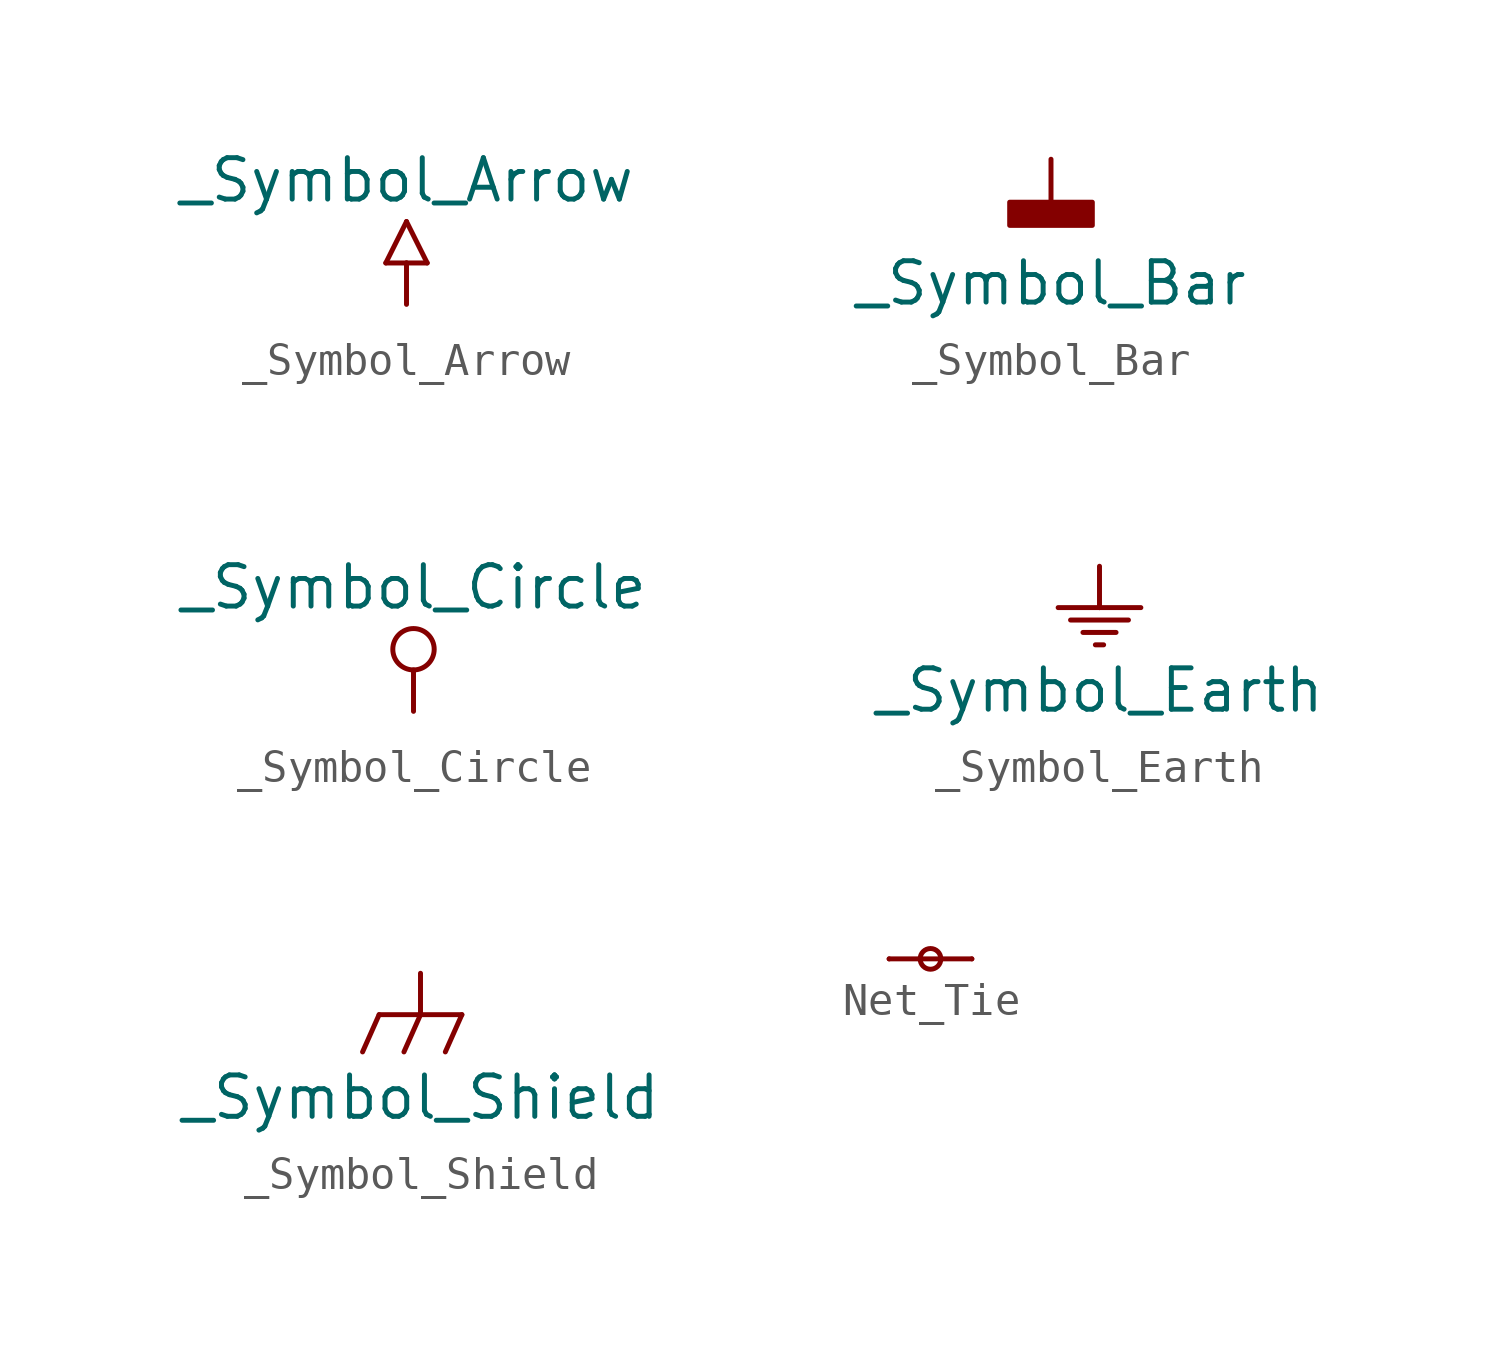
<source format=kicad_sym>
(kicad_symbol_lib
  (version 20241209)
  (generator "kicad_symbol_editor")
  (generator_version "9.0")
  (symbol "_Symbol_Arrow"
    (power)
    (pin_numbers
      (hide yes))
    (pin_names
      (offset 0)
      (hide yes))
    (property "Reference" "#PWR"
      (at 0 6.35 0)
      (effects (font (size 1.27 1.27)) (hide yes)))
    (property "Value" "_Symbol_Arrow"
      (at 0 3.81 0)
      (effects (font (size 1.27 1.27))))
    (symbol "_Symbol_Arrow_0_1"
      (polyline (pts (xy 0 1.27) (xy 0 0)) (stroke (width 0) (type default)) (fill (type none))))
    (symbol "_Symbol_Arrow_1_0"
      (polyline (pts (xy -0.635 1.27) (xy 0 1.27)) (stroke (width 0) (type default)) (fill (type none)))
      (polyline (pts (xy 0 2.54) (xy -0.635 1.27)) (stroke (width 0) (type default)) (fill (type none)))
      (polyline (pts (xy 0 1.27) (xy 0.635 1.27)) (stroke (width 0) (type default)) (fill (type none)))
      (polyline (pts (xy 0.635 1.27) (xy 0 2.54)) (stroke (width 0) (type default)) (fill (type none))))
    (symbol "_Symbol_Arrow_1_1"
      (pin power_in line (at 0 0 90) (length 0) (hide yes) (name "~" (effects (font (size 1.27 1.27)))) (number "1" (effects (font (size 1.27 1.27)))) (alternate "~" power_in line))))
  (symbol "_Symbol_Bar"
    (power)
    (pin_numbers
      (hide yes))
    (pin_names
      (offset 0)
      (hide yes))
    (property "Reference" "#PWR"
      (at 0 1.778 0)
      (effects (font (size 1.143 1.143)) (hide yes)))
    (property "Value" "_Symbol_Bar"
      (at 0 -3.81 0)
      (effects (font (size 1.27 1.27))))
    (symbol "_Symbol_Bar_0_1"
      (polyline (pts (xy 0 -1.27) (xy 0 0)) (stroke (width 0) (type default)) (fill (type none))))
    (symbol "_Symbol_Bar_1_1"
      (rectangle (start -1.27 -2.032) (end 1.27 -1.321) (stroke (width 0) (type default)) (fill (type outline)))
      (pin power_in line (at 0 0 270) (length 0) (hide yes) (name "~" (effects (font (size 1.27 1.27)))) (number "1" (effects (font (size 1.27 1.27)))) (alternate "~" power_in line))))
  (symbol "_Symbol_Circle"
    (power)
    (pin_numbers
      (hide yes))
    (pin_names
      (offset 0)
      (hide yes))
    (property "Reference" "#PWR"
      (at 0 8.89 0)
      (effects (font (size 1.27 1.27)) (hide yes)))
    (property "Value" "_Symbol_Circle"
      (at 0 3.81 0)
      (do_not_autoplace)
      (effects (font (size 1.27 1.27))))
    (symbol "_Symbol_Circle_0_1"
      (polyline (pts (xy 0 1.27) (xy 0 0)) (stroke (width 0) (type default)) (fill (type none))))
    (symbol "_Symbol_Circle_1_1"
      (circle (center 0 1.905) (radius 0.635) (stroke (width 0) (type default)) (fill (type none)))
      (pin power_in line (at 0 0 90) (length 1.27) (hide yes) (name "~" (effects (font (size 1.27 1.27)))) (number "1" (effects (font (size 1.27 1.27)))))))
  (symbol "_Symbol_Earth"
    (power)
    (pin_numbers
      (hide yes))
    (pin_names
      (offset 0)
      (hide yes))
    (property "Reference" "#PWR"
      (at 0 1.778 0)
      (effects (font (size 1.143 1.143)) (hide yes)))
    (property "Value" "_Symbol_Earth"
      (at 0 -3.81 0)
      (effects (font (size 1.27 1.27))))
    (symbol "_Symbol_Earth_0_1"
      (polyline (pts (xy 0 -1.27) (xy 0 0)) (stroke (width 0) (type default)) (fill (type none))))
    (symbol "_Symbol_Earth_1_0"
      (polyline (pts (xy -1.27 -1.27) (xy 0 -1.27)) (stroke (width 0) (type default)) (fill (type none)))
      (polyline (pts (xy -0.889 -1.651) (xy 0.889 -1.651)) (stroke (width 0) (type default)) (fill (type none)))
      (polyline (pts (xy -0.508 -2.032) (xy 0.508 -2.032)) (stroke (width 0) (type default)) (fill (type none)))
      (polyline (pts (xy -0.127 -2.413) (xy 0.127 -2.413)) (stroke (width 0) (type default)) (fill (type none)))
      (polyline (pts (xy 0 -1.27) (xy 1.27 -1.27)) (stroke (width 0) (type default)) (fill (type none))))
    (symbol "_Symbol_Earth_1_1"
      (pin power_in line (at 0 0 270) (length 0) (hide yes) (name "!" (effects (font (size 1.27 1.27)))) (number "1" (effects (font (size 1.27 1.27)))))))
  (symbol "_Symbol_Shield"
    (power)
    (pin_numbers
      (hide yes))
    (pin_names
      (offset 0)
      (hide yes))
    (property "Reference" "#PWR"
      (at 0 1.778 0)
      (effects (font (size 1.143 1.143)) (hide yes)))
    (property "Value" "_Symbol_Shield"
      (at 0 -3.81 0)
      (effects (font (size 1.27 1.27))))
    (symbol "_Symbol_Shield_0_1"
      (polyline (pts (xy 0 -1.27) (xy 0 0)) (stroke (width 0) (type default)) (fill (type none))))
    (symbol "_Symbol_Shield_1_0"
      (polyline (pts (xy -1.27 -1.27) (xy -1.778 -2.413)) (stroke (width 0) (type default)) (fill (type none)))
      (polyline (pts (xy -1.27 -1.27) (xy 0 -1.27)) (stroke (width 0) (type default)) (fill (type none)))
      (polyline (pts (xy 0 -1.27) (xy -0.508 -2.413)) (stroke (width 0) (type default)) (fill (type none)))
      (polyline (pts (xy 0 -1.27) (xy 1.27 -1.27)) (stroke (width 0) (type default)) (fill (type none)))
      (polyline (pts (xy 1.27 -1.27) (xy 0.762 -2.413)) (stroke (width 0) (type default)) (fill (type none))))
    (symbol "_Symbol_Shield_1_1"
      (pin power_in line (at 0 0 270) (length 0) (hide yes) (name "~" (effects (font (size 1.27 1.27)))) (number "1" (effects (font (size 1.27 1.27)))))))
  (symbol "Net_Tie"
    (pin_numbers
      (hide yes))
    (pin_names
      (offset 0)
      (hide yes))
    (property "Reference" "NT"
      (at 0 1.27 0)
      (effects (font (size 1.27 1.27)) (hide yes)))
    (symbol "Net_Tie_0_1"
      (polyline (pts (xy -1.27 0) (xy 1.27 0)) (stroke (width 0) (type default)) (fill (type none)))
      (circle (center 0 0) (radius 0.318) (stroke (width 0) (type default)) (fill (type none))))
    (symbol "Net_Tie_1_1"
      (pin passive line (at -1.27 0 0) (length 0) (name "1" (effects (font (size 1.27 1.27)))) (number "1" (effects (font (size 1.27 1.27)))))
      (pin passive line (at 1.27 0 180) (length 0) (name "2" (effects (font (size 1.27 1.27)))) (number "2" (effects (font (size 1.27 1.27))))))))
</source>
